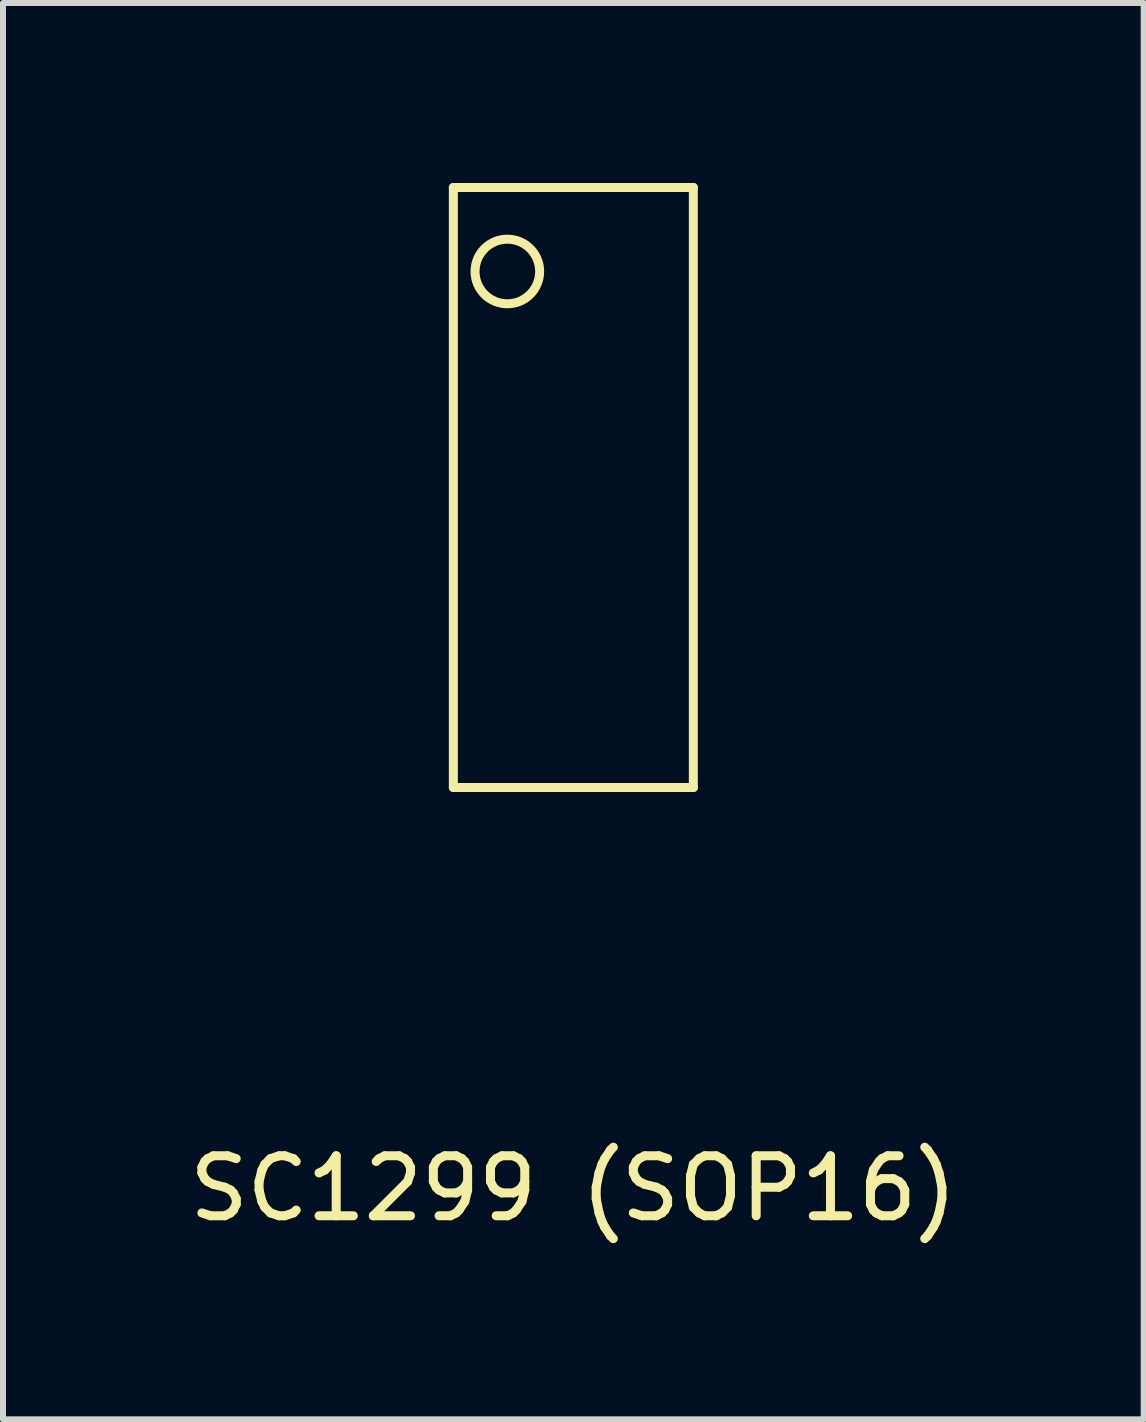
<source format=kicad_pcb>
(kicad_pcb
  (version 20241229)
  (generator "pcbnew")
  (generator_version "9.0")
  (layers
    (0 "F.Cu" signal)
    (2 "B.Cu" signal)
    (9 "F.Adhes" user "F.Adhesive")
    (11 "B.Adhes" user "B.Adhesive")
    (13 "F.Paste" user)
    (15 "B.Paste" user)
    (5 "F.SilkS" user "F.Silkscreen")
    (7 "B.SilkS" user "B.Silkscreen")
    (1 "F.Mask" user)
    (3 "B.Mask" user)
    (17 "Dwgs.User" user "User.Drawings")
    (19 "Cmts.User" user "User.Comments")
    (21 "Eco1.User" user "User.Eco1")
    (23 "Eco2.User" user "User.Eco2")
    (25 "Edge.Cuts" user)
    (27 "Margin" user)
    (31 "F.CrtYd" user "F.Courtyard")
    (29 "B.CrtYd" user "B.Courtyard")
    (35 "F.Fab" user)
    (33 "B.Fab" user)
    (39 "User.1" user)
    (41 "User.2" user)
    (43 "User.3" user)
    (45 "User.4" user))
  (footprint "SC1299 (SOP16)"
    (layer "F.Cu")
    (at 6.506 5.075)
    (property "Reference" "SC1299 (SOP16)" (at 0 11.684 0) (layer "F.SilkS") (effects (font (size 1 1) (thickness 0.15))))
    (attr through_hole)
    (fp_line (start -2 -5) (end -2 5) (stroke (width 0.15) (type solid)) (layer "F.SilkS"))
    (fp_line (start -2 -5) (end 2 -5) (stroke (width 0.15) (type solid)) (layer "F.SilkS"))
    (fp_line (start -2 5) (end 2 5) (stroke (width 0.15) (type solid)) (layer "F.SilkS"))
    (fp_line (start 2 5) (end 2 -5) (stroke (width 0.15) (type solid)) (layer "F.SilkS"))
    (fp_circle (center -1.1 -3.6) (end -0.6 -3.8) (stroke (width 0.15) (type solid)) (fill no) (layer "F.SilkS")))
  (gr_rect
    (start -3 -3)
    (end 16.012 20.607)
    (stroke (width 0.1) (type default))
    (fill no)
    (layer "Edge.Cuts")))
</source>
